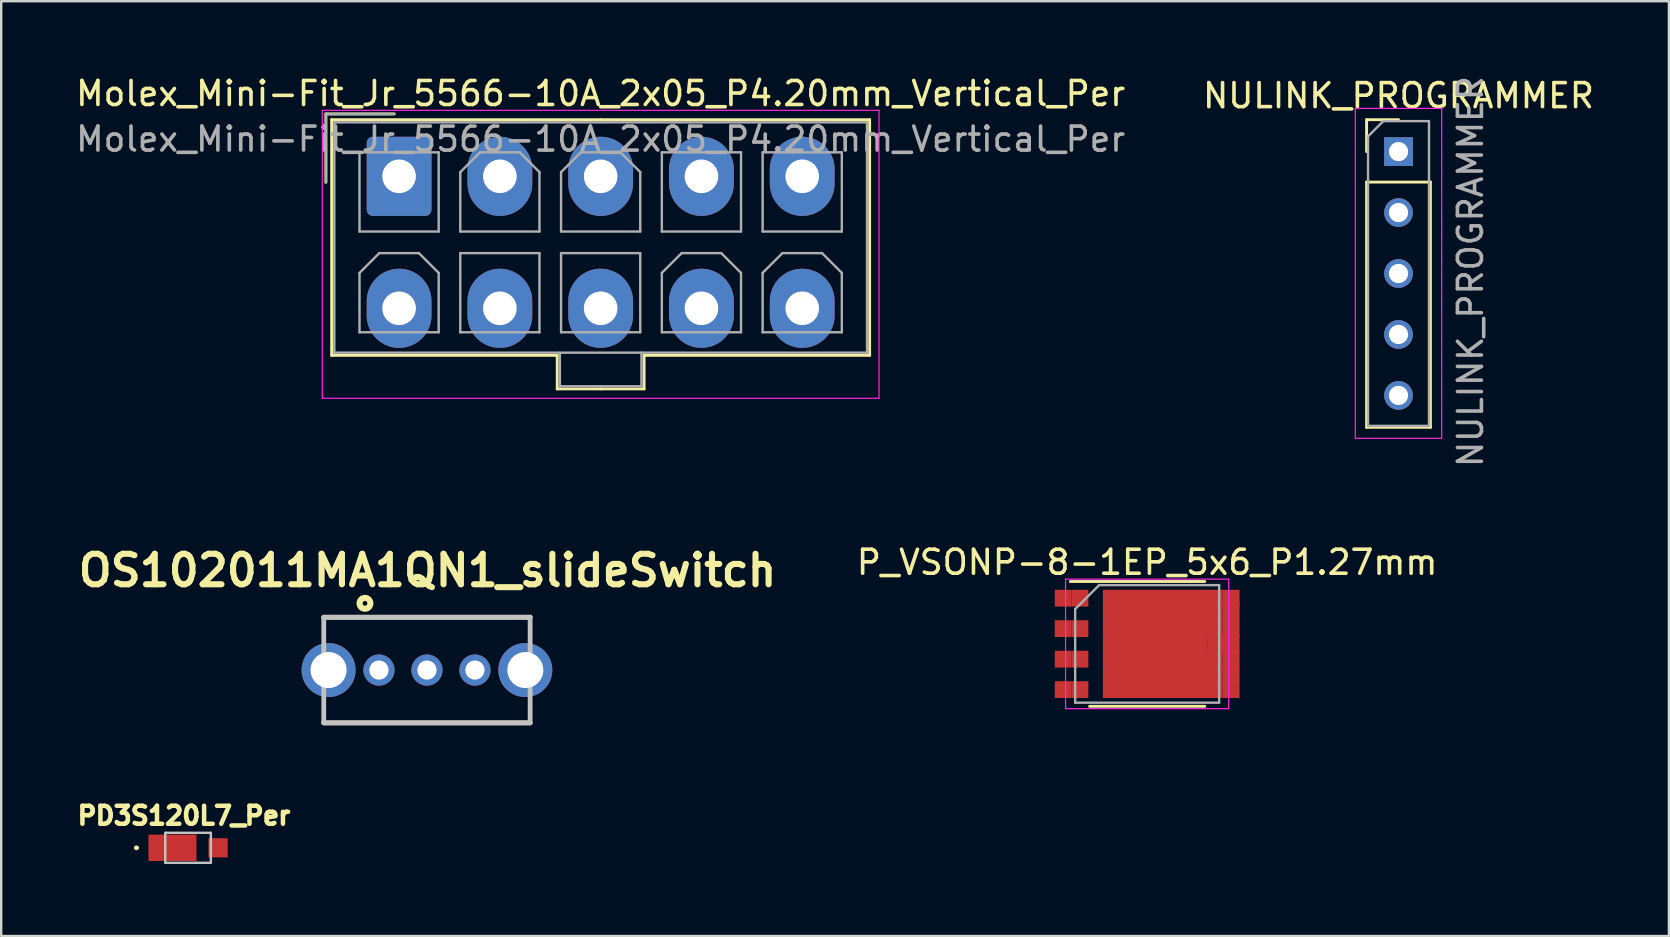
<source format=kicad_pcb>
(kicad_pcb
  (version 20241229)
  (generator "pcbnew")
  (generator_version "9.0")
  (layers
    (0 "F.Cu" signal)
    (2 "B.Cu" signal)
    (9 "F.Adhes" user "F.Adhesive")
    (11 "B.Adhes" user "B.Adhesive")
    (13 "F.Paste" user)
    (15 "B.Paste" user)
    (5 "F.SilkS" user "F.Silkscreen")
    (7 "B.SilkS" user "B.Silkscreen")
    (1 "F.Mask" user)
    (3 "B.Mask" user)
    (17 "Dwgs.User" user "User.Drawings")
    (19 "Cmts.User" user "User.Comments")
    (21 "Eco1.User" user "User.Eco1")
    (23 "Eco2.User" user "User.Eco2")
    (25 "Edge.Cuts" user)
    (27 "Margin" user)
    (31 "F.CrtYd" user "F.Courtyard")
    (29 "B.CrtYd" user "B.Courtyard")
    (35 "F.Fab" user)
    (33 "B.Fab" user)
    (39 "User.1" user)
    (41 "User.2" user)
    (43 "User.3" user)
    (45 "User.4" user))
  (footprint "Molex_Mini-Fit_Jr_5566-10A_2x05_P4.20mm_Vertical_Per"
    (layer "F.Cu")
    (at 13.582 4.298)
    (property "Reference" "Molex_Mini-Fit_Jr_5566-10A_2x05_P4.20mm_Vertical_Per" (at 8.4 -3.45 180) (layer "F.SilkS") (effects (font (size 1 1) (thickness 0.15))))
    (attr through_hole)
    (fp_line (start -3.05 -2.6) (end -3.05 0.25) (stroke (width 0.12) (type solid)) (layer "F.SilkS"))
    (fp_line (start -2.81 -2.36) (end -2.81 7.46) (stroke (width 0.12) (type solid)) (layer "F.SilkS"))
    (fp_line (start -2.81 7.46) (end 6.59 7.46) (stroke (width 0.12) (type solid)) (layer "F.SilkS"))
    (fp_line (start -0.2 -2.6) (end -3.05 -2.6) (stroke (width 0.12) (type solid)) (layer "F.SilkS"))
    (fp_line (start 6.59 7.46) (end 6.59 8.86) (stroke (width 0.12) (type solid)) (layer "F.SilkS"))
    (fp_line (start 6.59 8.86) (end 8.4 8.86) (stroke (width 0.12) (type solid)) (layer "F.SilkS"))
    (fp_line (start 8.4 -2.36) (end -2.81 -2.36) (stroke (width 0.12) (type solid)) (layer "F.SilkS"))
    (fp_line (start 8.4 -2.36) (end 19.61 -2.36) (stroke (width 0.12) (type solid)) (layer "F.SilkS"))
    (fp_line (start 10.21 7.46) (end 10.21 8.86) (stroke (width 0.12) (type solid)) (layer "F.SilkS"))
    (fp_line (start 10.21 8.86) (end 8.4 8.86) (stroke (width 0.12) (type solid)) (layer "F.SilkS"))
    (fp_line (start 19.61 -2.36) (end 19.61 7.46) (stroke (width 0.12) (type solid)) (layer "F.SilkS"))
    (fp_line (start 19.61 7.46) (end 10.21 7.46) (stroke (width 0.12) (type solid)) (layer "F.SilkS"))
    (fp_line (start -3.2 -2.75) (end -3.2 9.25) (stroke (width 0.05) (type solid)) (layer "F.CrtYd"))
    (fp_line (start -3.2 9.25) (end 20 9.25) (stroke (width 0.05) (type solid)) (layer "F.CrtYd"))
    (fp_line (start 20 -2.75) (end -3.2 -2.75) (stroke (width 0.05) (type solid)) (layer "F.CrtYd"))
    (fp_line (start 20 9.25) (end 20 -2.75) (stroke (width 0.05) (type solid)) (layer "F.CrtYd"))
    (fp_line (start -3.05 -2.6) (end -3.05 0.25) (stroke (width 0.1) (type solid)) (layer "F.Fab"))
    (fp_line (start -2.7 -2.25) (end -2.7 7.35) (stroke (width 0.1) (type solid)) (layer "F.Fab"))
    (fp_line (start -2.7 7.35) (end 19.5 7.35) (stroke (width 0.1) (type solid)) (layer "F.Fab"))
    (fp_line (start -1.65 -1) (end -1.65 2.3) (stroke (width 0.1) (type solid)) (layer "F.Fab"))
    (fp_line (start -1.65 2.3) (end 1.65 2.3) (stroke (width 0.1) (type solid)) (layer "F.Fab"))
    (fp_line (start -1.65 4.025) (end -0.825 3.2) (stroke (width 0.1) (type solid)) (layer "F.Fab"))
    (fp_line (start -1.65 6.5) (end -1.65 4.025) (stroke (width 0.1) (type solid)) (layer "F.Fab"))
    (fp_line (start -0.825 3.2) (end 0.825 3.2) (stroke (width 0.1) (type solid)) (layer "F.Fab"))
    (fp_line (start -0.2 -2.6) (end -3.05 -2.6) (stroke (width 0.1) (type solid)) (layer "F.Fab"))
    (fp_line (start 0.825 3.2) (end 1.65 4.025) (stroke (width 0.1) (type solid)) (layer "F.Fab"))
    (fp_line (start 1.65 -1) (end -1.65 -1) (stroke (width 0.1) (type solid)) (layer "F.Fab"))
    (fp_line (start 1.65 2.3) (end 1.65 -1) (stroke (width 0.1) (type solid)) (layer "F.Fab"))
    (fp_line (start 1.65 4.025) (end 1.65 6.5) (stroke (width 0.1) (type solid)) (layer "F.Fab"))
    (fp_line (start 1.65 6.5) (end -1.65 6.5) (stroke (width 0.1) (type solid)) (layer "F.Fab"))
    (fp_line (start 2.55 -0.175) (end 3.375 -1) (stroke (width 0.1) (type solid)) (layer "F.Fab"))
    (fp_line (start 2.55 2.3) (end 2.55 -0.175) (stroke (width 0.1) (type solid)) (layer "F.Fab"))
    (fp_line (start 2.55 3.2) (end 2.55 6.5) (stroke (width 0.1) (type solid)) (layer "F.Fab"))
    (fp_line (start 2.55 6.5) (end 5.85 6.5) (stroke (width 0.1) (type solid)) (layer "F.Fab"))
    (fp_line (start 3.375 -1) (end 5.025 -1) (stroke (width 0.1) (type solid)) (layer "F.Fab"))
    (fp_line (start 5.025 -1) (end 5.85 -0.175) (stroke (width 0.1) (type solid)) (layer "F.Fab"))
    (fp_line (start 5.85 -0.175) (end 5.85 2.3) (stroke (width 0.1) (type solid)) (layer "F.Fab"))
    (fp_line (start 5.85 2.3) (end 2.55 2.3) (stroke (width 0.1) (type solid)) (layer "F.Fab"))
    (fp_line (start 5.85 3.2) (end 2.55 3.2) (stroke (width 0.1) (type solid)) (layer "F.Fab"))
    (fp_line (start 5.85 6.5) (end 5.85 3.2) (stroke (width 0.1) (type solid)) (layer "F.Fab"))
    (fp_line (start 6.7 7.35) (end 6.7 8.75) (stroke (width 0.1) (type solid)) (layer "F.Fab"))
    (fp_line (start 6.7 8.75) (end 10.1 8.75) (stroke (width 0.1) (type solid)) (layer "F.Fab"))
    (fp_line (start 6.75 -0.175) (end 7.575 -1) (stroke (width 0.1) (type solid)) (layer "F.Fab"))
    (fp_line (start 6.75 2.3) (end 6.75 -0.175) (stroke (width 0.1) (type solid)) (layer "F.Fab"))
    (fp_line (start 6.75 3.2) (end 6.75 6.5) (stroke (width 0.1) (type solid)) (layer "F.Fab"))
    (fp_line (start 6.75 6.5) (end 10.05 6.5) (stroke (width 0.1) (type solid)) (layer "F.Fab"))
    (fp_line (start 7.575 -1) (end 9.225 -1) (stroke (width 0.1) (type solid)) (layer "F.Fab"))
    (fp_line (start 9.225 -1) (end 10.05 -0.175) (stroke (width 0.1) (type solid)) (layer "F.Fab"))
    (fp_line (start 10.05 -0.175) (end 10.05 2.3) (stroke (width 0.1) (type solid)) (layer "F.Fab"))
    (fp_line (start 10.05 2.3) (end 6.75 2.3) (stroke (width 0.1) (type solid)) (layer "F.Fab"))
    (fp_line (start 10.05 3.2) (end 6.75 3.2) (stroke (width 0.1) (type solid)) (layer "F.Fab"))
    (fp_line (start 10.05 6.5) (end 10.05 3.2) (stroke (width 0.1) (type solid)) (layer "F.Fab"))
    (fp_line (start 10.1 8.75) (end 10.1 7.35) (stroke (width 0.1) (type solid)) (layer "F.Fab"))
    (fp_line (start 10.95 -1) (end 10.95 2.3) (stroke (width 0.1) (type solid)) (layer "F.Fab"))
    (fp_line (start 10.95 2.3) (end 14.25 2.3) (stroke (width 0.1) (type solid)) (layer "F.Fab"))
    (fp_line (start 10.95 4.025) (end 11.775 3.2) (stroke (width 0.1) (type solid)) (layer "F.Fab"))
    (fp_line (start 10.95 6.5) (end 10.95 4.025) (stroke (width 0.1) (type solid)) (layer "F.Fab"))
    (fp_line (start 11.775 3.2) (end 13.425 3.2) (stroke (width 0.1) (type solid)) (layer "F.Fab"))
    (fp_line (start 13.425 3.2) (end 14.25 4.025) (stroke (width 0.1) (type solid)) (layer "F.Fab"))
    (fp_line (start 14.25 -1) (end 10.95 -1) (stroke (width 0.1) (type solid)) (layer "F.Fab"))
    (fp_line (start 14.25 2.3) (end 14.25 -1) (stroke (width 0.1) (type solid)) (layer "F.Fab"))
    (fp_line (start 14.25 4.025) (end 14.25 6.5) (stroke (width 0.1) (type solid)) (layer "F.Fab"))
    (fp_line (start 14.25 6.5) (end 10.95 6.5) (stroke (width 0.1) (type solid)) (layer "F.Fab"))
    (fp_line (start 15.15 -1) (end 15.15 2.3) (stroke (width 0.1) (type solid)) (layer "F.Fab"))
    (fp_line (start 15.15 2.3) (end 18.45 2.3) (stroke (width 0.1) (type solid)) (layer "F.Fab"))
    (fp_line (start 15.15 4.025) (end 15.975 3.2) (stroke (width 0.1) (type solid)) (layer "F.Fab"))
    (fp_line (start 15.15 6.5) (end 15.15 4.025) (stroke (width 0.1) (type solid)) (layer "F.Fab"))
    (fp_line (start 15.975 3.2) (end 17.625 3.2) (stroke (width 0.1) (type solid)) (layer "F.Fab"))
    (fp_line (start 17.625 3.2) (end 18.45 4.025) (stroke (width 0.1) (type solid)) (layer "F.Fab"))
    (fp_line (start 18.45 -1) (end 15.15 -1) (stroke (width 0.1) (type solid)) (layer "F.Fab"))
    (fp_line (start 18.45 2.3) (end 18.45 -1) (stroke (width 0.1) (type solid)) (layer "F.Fab"))
    (fp_line (start 18.45 4.025) (end 18.45 6.5) (stroke (width 0.1) (type solid)) (layer "F.Fab"))
    (fp_line (start 18.45 6.5) (end 15.15 6.5) (stroke (width 0.1) (type solid)) (layer "F.Fab"))
    (fp_line (start 19.5 -2.25) (end -2.7 -2.25) (stroke (width 0.1) (type solid)) (layer "F.Fab"))
    (fp_line (start 19.5 7.35) (end 19.5 -2.25) (stroke (width 0.1) (type solid)) (layer "F.Fab"))
    (fp_text user "${REFERENCE}" (at 8.4 -1.55 180) (layer "F.Fab") (effects (font (size 1 1) (thickness 0.15))))
    (pad "1" thru_hole roundrect (at 0 0) (size 2.7 3.3) (drill 1.4) (layers "*.Cu" "*.Mask") (roundrect_rratio 0.093))
    (pad "2" thru_hole oval (at 4.2 0) (size 2.7 3.3) (drill 1.4) (layers "*.Cu" "*.Mask"))
    (pad "3" thru_hole oval (at 8.4 0) (size 2.7 3.3) (drill 1.4) (layers "*.Cu" "*.Mask"))
    (pad "4" thru_hole oval (at 12.6 0) (size 2.7 3.3) (drill 1.4) (layers "*.Cu" "*.Mask"))
    (pad "5" thru_hole oval (at 16.8 0) (size 2.7 3.3) (drill 1.4) (layers "*.Cu" "*.Mask"))
    (pad "6" thru_hole oval (at 0 5.5) (size 2.7 3.3) (drill 1.4) (layers "*.Cu" "*.Mask"))
    (pad "7" thru_hole oval (at 4.2 5.5) (size 2.7 3.3) (drill 1.4) (layers "*.Cu" "*.Mask"))
    (pad "8" thru_hole oval (at 8.4 5.5) (size 2.7 3.3) (drill 1.4) (layers "*.Cu" "*.Mask"))
    (pad "9" thru_hole oval (at 12.6 5.5) (size 2.7 3.3) (drill 1.4) (layers "*.Cu" "*.Mask"))
    (pad "10" thru_hole oval (at 16.8 5.5) (size 2.7 3.3) (drill 1.4) (layers "*.Cu" "*.Mask")))
  (footprint "OS102011MA1QN1_slideSwitch"
    (layer "F.Cu")
    (at 14.743 24.874)
    (property "Reference" "OS102011MA1QN1_slideSwitch" (at 0.025 -4.15 0) (layer "F.SilkS") (effects (font (size 1.27 1.27) (thickness 0.254))))
    (attr through_hole exclude_from_pos_files)
    (fp_line (start -4.3 -2.2) (end 4.3 -2.2) (stroke (width 0.2) (type solid)) (layer "F.SilkS"))
    (fp_line (start -4.3 2.2) (end 4.3 2.2) (stroke (width 0.2) (type solid)) (layer "F.SilkS"))
    (fp_circle (center -2.583 -2.781) (end -2.682 -2.781) (stroke (width 0.254) (type solid)) (fill no) (layer "F.SilkS"))
    (fp_line (start -4.3 -2.2) (end 4.3 -2.2) (stroke (width 0.2) (type solid)) (layer "Dwgs.User"))
    (fp_line (start -4.3 2.2) (end -4.3 -2.2) (stroke (width 0.2) (type solid)) (layer "Dwgs.User"))
    (fp_line (start 4.3 -2.2) (end 4.3 2.2) (stroke (width 0.2) (type solid)) (layer "Dwgs.User"))
    (fp_line (start 4.3 2.2) (end -4.3 2.2) (stroke (width 0.2) (type solid)) (layer "Dwgs.User"))
    (pad "1" thru_hole circle (at -2 0 90) (size 1.3 1.3) (drill 0.8) (layers "*.Cu" "*.Mask"))
    (pad "2" thru_hole circle (at 0 0 90) (size 1.3 1.3) (drill 0.8) (layers "*.Cu" "*.Mask"))
    (pad "3" thru_hole circle (at 2 0 90) (size 1.3 1.3) (drill 0.8) (layers "*.Cu" "*.Mask"))
    (pad "4" thru_hole circle (at -4.1 0 90) (size 2.25 2.25) (drill 1.5) (layers "*.Cu" "*.Mask"))
    (pad "5" thru_hole circle (at 4.1 0 90) (size 2.25 2.25) (drill 1.5) (layers "*.Cu" "*.Mask")))
  (footprint "PD3S120L7_Per"
    (layer "F.Cu")
    (at 4.787 32.282)
    (property "Reference" "PD3S120L7_Per" (at -0.17 -1.34 0) (layer "F.SilkS") (effects (font (size 0.75 0.75) (thickness 0.188))))
    (attr smd)
    (fp_line (start -2.2 0) (end -2.2 0) (stroke (width 0.1) (type solid)) (layer "F.SilkS"))
    (fp_line (start -2.1 0) (end -2.1 0) (stroke (width 0.1) (type solid)) (layer "F.SilkS"))
    (fp_arc (start -2.2 0) (mid -2.15 -0.05) (end -2.1 0) (stroke (width 0.1) (type solid)) (layer "F.SilkS"))
    (fp_arc (start -2.1 0) (mid -2.15 0.05) (end -2.2 0) (stroke (width 0.1) (type solid)) (layer "F.SilkS"))
    (fp_line (start -0.95 -0.625) (end 0.95 -0.625) (stroke (width 0.1) (type solid)) (layer "Dwgs.User"))
    (fp_line (start -0.95 0.625) (end -0.95 -0.625) (stroke (width 0.1) (type solid)) (layer "Dwgs.User"))
    (fp_line (start 0.95 -0.625) (end 0.95 0.625) (stroke (width 0.1) (type solid)) (layer "Dwgs.User"))
    (fp_line (start 0.95 0.625) (end -0.95 0.625) (stroke (width 0.1) (type solid)) (layer "Dwgs.User"))
    (pad "1" smd rect (at -0.65 0 90) (size 1.1 2) (layers "F.Cu" "F.Mask" "F.Paste"))
    (pad "2" smd rect (at 1.25 0 90) (size 0.8 0.8) (layers "F.Cu" "F.Mask" "F.Paste")))
  (footprint "P_VSONP-8-1EP_5x6_P1.27mm"
    (layer "F.Cu")
    (at 44.757 23.784)
    (property "Reference" "P_VSONP-8-1EP_5x6_P1.27mm" (at 0 -3.4 180) (layer "F.SilkS") (effects (font (size 1 1) (thickness 0.15))))
    (attr smd)
    (fp_line (start 2.4 -2.6) (end -3.2 -2.6) (stroke (width 0.12) (type solid)) (layer "F.SilkS"))
    (fp_line (start 2.4 2.6) (end -2.4 2.6) (stroke (width 0.12) (type solid)) (layer "F.SilkS"))
    (fp_line (start -3.4 -2.7) (end 3.4 -2.7) (stroke (width 0.05) (type solid)) (layer "F.CrtYd"))
    (fp_line (start -3.4 2.7) (end -3.4 -2.7) (stroke (width 0.05) (type solid)) (layer "F.CrtYd"))
    (fp_line (start 3.4 -2.7) (end 3.4 2.7) (stroke (width 0.05) (type solid)) (layer "F.CrtYd"))
    (fp_line (start 3.4 2.7) (end -3.4 2.7) (stroke (width 0.05) (type solid)) (layer "F.CrtYd"))
    (fp_line (start -3 -1.45) (end -3 2.45) (stroke (width 0.1) (type solid)) (layer "F.Fab"))
    (fp_line (start -2 -2.45) (end -3 -1.45) (stroke (width 0.1) (type solid)) (layer "F.Fab"))
    (fp_line (start -2 -2.45) (end 3 -2.45) (stroke (width 0.1) (type solid)) (layer "F.Fab"))
    (fp_line (start 3 -2.45) (end 3 2.45) (stroke (width 0.1) (type solid)) (layer "F.Fab"))
    (fp_line (start 3 2.45) (end -3 2.45) (stroke (width 0.1) (type solid)) (layer "F.Fab"))
    (pad "" smd rect (at -0.797 -1.095) (size 1.235 1.57) (layers "F.Paste"))
    (pad "" smd rect (at -0.797 1.095) (size 1.235 1.57) (layers "F.Paste"))
    (pad "" smd rect (at 1.113 -1.095) (size 1.585 1.57) (layers "F.Paste"))
    (pad "" smd rect (at 1.113 1.095) (size 1.585 1.57) (layers "F.Paste"))
    (pad "1" smd rect (at -3.5 -1.905) (size 0.7 0.7) (layers "F.Cu" "F.Mask" "F.Paste"))
    (pad "1" smd rect (at -3.5 -0.635) (size 0.7 0.7) (layers "F.Cu" "F.Mask" "F.Paste"))
    (pad "1" smd rect (at -3.5 0.635) (size 0.7 0.7) (layers "F.Cu" "F.Mask" "F.Paste"))
    (pad "1" smd rect (at -2.8 -1.905) (size 0.7 0.7) (layers "F.Cu" "F.Mask" "F.Paste"))
    (pad "1" smd rect (at -2.8 -0.635) (size 0.7 0.7) (layers "F.Cu" "F.Mask" "F.Paste"))
    (pad "1" smd rect (at -2.8 0.635) (size 0.7 0.7) (layers "F.Cu" "F.Mask" "F.Paste"))
    (pad "2" smd rect (at -3.5 1.905) (size 0.7 0.7) (layers "F.Cu" "F.Mask" "F.Paste"))
    (pad "2" smd rect (at -2.8 1.905) (size 0.7 0.7) (layers "F.Cu" "F.Mask" "F.Paste"))
    (pad "3" smd rect (at 0.33 0) (size 4.35 4.51) (layers "F.Cu" "F.Mask"))
    (pad "3" smd rect (at 2.8 -1.905) (size 0.7 0.7) (layers "F.Cu" "F.Mask" "F.Paste"))
    (pad "3" smd rect (at 2.8 -1.3) (size 0.7 0.7) (layers "F.Cu" "F.Mask" "F.Paste"))
    (pad "3" smd rect (at 2.8 -0.635) (size 0.7 0.7) (layers "F.Cu" "F.Mask" "F.Paste"))
    (pad "3" smd rect (at 2.8 0.635) (size 0.7 0.7) (layers "F.Cu" "F.Mask" "F.Paste"))
    (pad "3" smd rect (at 2.8 1.25) (size 0.7 0.7) (layers "F.Cu" "F.Mask" "F.Paste"))
    (pad "3" smd rect (at 2.8 1.905) (size 0.7 0.7) (layers "F.Cu" "F.Mask" "F.Paste"))
    (pad "3" smd rect (at 2.85 0) (size 0.7 0.7) (layers "F.Cu" "F.Mask" "F.Paste"))
    (pad "3" smd rect (at 3.5 -1.905) (size 0.7 0.7) (layers "F.Cu" "F.Mask" "F.Paste"))
    (pad "3" smd rect (at 3.5 -1.3) (size 0.7 0.7) (layers "F.Cu" "F.Mask" "F.Paste"))
    (pad "3" smd rect (at 3.5 -0.635) (size 0.7 0.7) (layers "F.Cu" "F.Mask" "F.Paste"))
    (pad "3" smd rect (at 3.5 0) (size 0.7 0.7) (layers "F.Cu" "F.Mask" "F.Paste"))
    (pad "3" smd rect (at 3.5 0.635) (size 0.7 0.7) (layers "F.Cu" "F.Mask" "F.Paste"))
    (pad "3" smd rect (at 3.5 1.25) (size 0.7 0.7) (layers "F.Cu" "F.Mask" "F.Paste"))
    (pad "3" smd rect (at 3.5 1.905) (size 0.7 0.7) (layers "F.Cu" "F.Mask" "F.Paste")))
  (footprint "NULINK_PROGRAMMER"
    (layer "F.Cu")
    (at 55.232 3.268)
    (property "Reference" "NULINK_PROGRAMMER" (at 0 -2.33 0) (layer "F.SilkS") (effects (font (size 1 1) (thickness 0.15))))
    (attr through_hole)
    (fp_line (start -1.33 -1.33) (end 0 -1.33) (stroke (width 0.12) (type solid)) (layer "F.SilkS"))
    (fp_line (start -1.33 0) (end -1.33 -1.33) (stroke (width 0.12) (type solid)) (layer "F.SilkS"))
    (fp_line (start -1.33 1.27) (end -1.33 11.49) (stroke (width 0.12) (type solid)) (layer "F.SilkS"))
    (fp_line (start -1.33 1.27) (end 1.33 1.27) (stroke (width 0.12) (type solid)) (layer "F.SilkS"))
    (fp_line (start -1.33 11.49) (end 1.33 11.49) (stroke (width 0.12) (type solid)) (layer "F.SilkS"))
    (fp_line (start 1.33 1.27) (end 1.33 11.49) (stroke (width 0.12) (type solid)) (layer "F.SilkS"))
    (fp_line (start -1.8 -1.8) (end -1.8 11.95) (stroke (width 0.05) (type solid)) (layer "F.CrtYd"))
    (fp_line (start -1.8 11.95) (end 1.8 11.95) (stroke (width 0.05) (type solid)) (layer "F.CrtYd"))
    (fp_line (start 1.8 -1.8) (end -1.8 -1.8) (stroke (width 0.05) (type solid)) (layer "F.CrtYd"))
    (fp_line (start 1.8 11.95) (end 1.8 -1.8) (stroke (width 0.05) (type solid)) (layer "F.CrtYd"))
    (fp_line (start -1.27 -0.635) (end -0.635 -1.27) (stroke (width 0.1) (type solid)) (layer "F.Fab"))
    (fp_line (start -1.27 11.43) (end -1.27 -0.635) (stroke (width 0.1) (type solid)) (layer "F.Fab"))
    (fp_line (start -0.635 -1.27) (end 1.27 -1.27) (stroke (width 0.1) (type solid)) (layer "F.Fab"))
    (fp_line (start 1.27 -1.27) (end 1.27 11.43) (stroke (width 0.1) (type solid)) (layer "F.Fab"))
    (fp_line (start 1.27 11.43) (end -1.27 11.43) (stroke (width 0.1) (type solid)) (layer "F.Fab"))
    (fp_text user "${REFERENCE}" (at 3 5 90) (layer "F.Fab") (effects (font (size 1 1) (thickness 0.15))))
    (pad "1" thru_hole rect (at 0 0) (size 1.2 1.2) (drill 0.8) (layers "*.Cu" "*.Mask"))
    (pad "2" thru_hole oval (at 0 2.54) (size 1.2 1.2) (drill 0.8) (layers "*.Cu" "*.Mask"))
    (pad "3" thru_hole oval (at 0 5.08) (size 1.2 1.2) (drill 0.8) (layers "*.Cu" "*.Mask"))
    (pad "4" thru_hole oval (at 0 7.62) (size 1.2 1.2) (drill 0.8) (layers "*.Cu" "*.Mask"))
    (pad "5" thru_hole oval (at 0 10.16) (size 1.2 1.2) (drill 0.8) (layers "*.Cu" "*.Mask")))
  (gr_rect
    (start -3 -3)
    (end 66.5 35.957)
    (stroke (width 0.1) (type default))
    (fill no)
    (layer "Edge.Cuts")))
</source>
